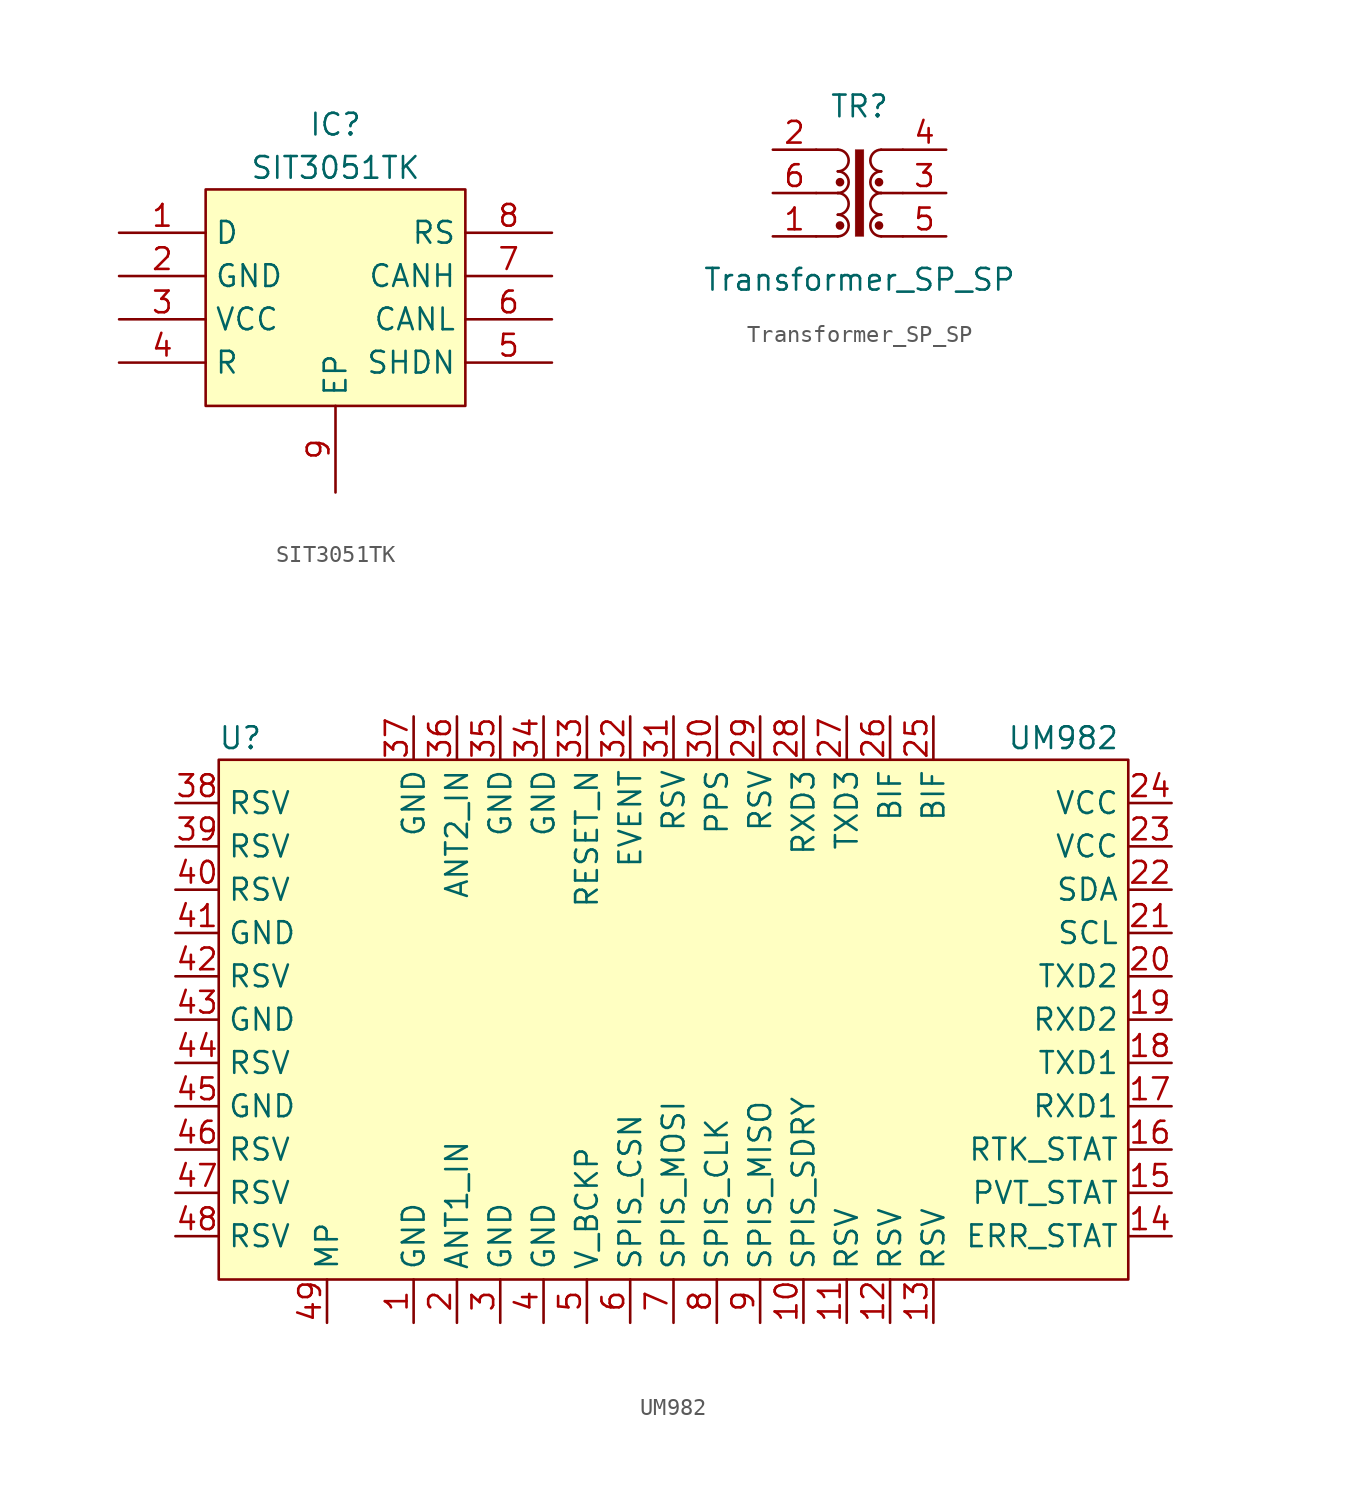
<source format=kicad_sym>
(kicad_symbol_lib
  (version 20220914)
  (generator kicad_symbol_editor)
  (symbol "SIT3051TK"
    (property "Reference" "IC"
      (at 0 10.16 0)
      (effects (font (size 1.27 1.27))))
    (property "Value" "SIT3051TK"
      (at 0 7.62 0)
      (effects (font (size 1.27 1.27))))
    (symbol "SIT3051TK_1_1"
      (rectangle (start -7.62 6.35) (end 7.62 -6.35) (stroke (width 0) (type default)) (fill (type background)))
      (pin output line (at -12.7 3.81 0) (length 5.08) (name "D" (effects (font (size 1.27 1.27)))) (number "1" (effects (font (size 1.27 1.27)))))
      (pin power_in line (at -12.7 1.27 0) (length 5.08) (name "GND" (effects (font (size 1.27 1.27)))) (number "2" (effects (font (size 1.27 1.27)))))
      (pin power_in line (at -12.7 -1.27 0) (length 5.08) (name "VCC" (effects (font (size 1.27 1.27)))) (number "3" (effects (font (size 1.27 1.27)))))
      (pin input line (at -12.7 -3.81 0) (length 5.08) (name "R" (effects (font (size 1.27 1.27)))) (number "4" (effects (font (size 1.27 1.27)))))
      (pin input line (at 12.7 -3.81 180) (length 5.08) (name "SHDN" (effects (font (size 1.27 1.27)))) (number "5" (effects (font (size 1.27 1.27)))))
      (pin bidirectional line (at 12.7 -1.27 180) (length 5.08) (name "CANL" (effects (font (size 1.27 1.27)))) (number "6" (effects (font (size 1.27 1.27)))))
      (pin bidirectional line (at 12.7 1.27 180) (length 5.08) (name "CANH" (effects (font (size 1.27 1.27)))) (number "7" (effects (font (size 1.27 1.27)))))
      (pin input line (at 12.7 3.81 180) (length 5.08) (name "RS" (effects (font (size 1.27 1.27)))) (number "8" (effects (font (size 1.27 1.27)))))
      (pin power_in line (at 0 -11.43 90) (length 5.08) (name "EP" (effects (font (size 1.27 1.27)))) (number "9" (effects (font (size 1.27 1.27)))))))
  (symbol "Transformer_SP_SP"
    (property "Reference" "TR"
      (at 0 5.08 0)
      (effects (font (size 1.27 1.27))))
    (property "Value" "Transformer_SP_SP"
      (at 0 -5.08 0)
      (effects (font (size 1.27 1.27))))
    (symbol "Transformer_SP_SP_0_1"
      (polyline (pts (xy -1.27 -2.54) (xy -2.54 -2.54)) (stroke (width 0) (type default)) (fill (type none)))
      (polyline (pts (xy -1.27 0) (xy -2.54 0)) (stroke (width 0) (type default)) (fill (type none)))
      (polyline (pts (xy -1.27 2.54) (xy -2.54 2.54)) (stroke (width 0) (type default)) (fill (type none)))
      (polyline (pts (xy 2.54 -2.54) (xy 1.27 -2.54)) (stroke (width 0) (type default)) (fill (type none)))
      (polyline (pts (xy 2.54 0) (xy 1.27 0)) (stroke (width 0) (type default)) (fill (type none)))
      (polyline (pts (xy 2.54 2.54) (xy 1.27 2.54)) (stroke (width 0) (type default)) (fill (type none)))
      (rectangle (start 0.254 -2.54) (end -0.254 2.54) (stroke (width 0.025) (type default)) (fill (type outline)))
      (arc (start 1.27 1.27) (mid 0.6377 0.635) (end 1.27 0) (stroke (width 0) (type default)) (fill (type none)))
      (arc (start 1.27 2.54) (mid 0.6377 1.905) (end 1.27 1.27) (stroke (width 0) (type default)) (fill (type none))))
    (symbol "Transformer_SP_SP_1_1"
      (arc (start -1.27 -2.54) (mid -0.6377 -1.905) (end -1.27 -1.27) (stroke (width 0) (type default)) (fill (type none)))
      (arc (start -1.27 -1.27) (mid -0.6377 -0.635) (end -1.27 0) (stroke (width 0) (type default)) (fill (type none)))
      (arc (start -1.27 0) (mid -0.6377 0.635) (end -1.27 1.27) (stroke (width 0) (type default)) (fill (type none)))
      (arc (start -1.27 1.27) (mid -0.6377 1.905) (end -1.27 2.54) (stroke (width 0) (type default)) (fill (type none)))
      (circle (center -1.143 -1.905) (radius 0.127) (stroke (width 0.254) (type default)) (fill (type none)))
      (circle (center -1.143 0.635) (radius 0.127) (stroke (width 0.254) (type default)) (fill (type none)))
      (circle (center 1.143 -1.905) (radius 0.127) (stroke (width 0.254) (type default)) (fill (type none)))
      (circle (center 1.143 0.635) (radius 0.127) (stroke (width 0.254) (type default)) (fill (type none)))
      (arc (start 1.27 -1.27) (mid 0.6377 -1.905) (end 1.27 -2.54) (stroke (width 0) (type default)) (fill (type none)))
      (arc (start 1.27 0) (mid 0.6377 -0.635) (end 1.27 -1.27) (stroke (width 0) (type default)) (fill (type none)))
      (pin passive line (at -5.08 -2.54 0) (length 2.54) (name "~" (effects (font (size 1.27 1.27)))) (number "1" (effects (font (size 1.27 1.27)))))
      (pin passive line (at -5.08 2.54 0) (length 2.54) (name "~" (effects (font (size 1.27 1.27)))) (number "2" (effects (font (size 1.27 1.27)))))
      (pin passive line (at 5.08 0 180) (length 2.54) (name "~" (effects (font (size 1.27 1.27)))) (number "3" (effects (font (size 1.27 1.27)))))
      (pin passive line (at 5.08 2.54 180) (length 2.54) (name "~" (effects (font (size 1.27 1.27)))) (number "4" (effects (font (size 1.27 1.27)))))
      (pin passive line (at 5.08 -2.54 180) (length 2.54) (name "~" (effects (font (size 1.27 1.27)))) (number "5" (effects (font (size 1.27 1.27)))))
      (pin passive line (at -5.08 0 0) (length 2.54) (name "~" (effects (font (size 1.27 1.27)))) (number "6" (effects (font (size 1.27 1.27)))))))
  (symbol "UM982"
    (property "Reference" "U"
      (at -25.4 16.51 0)
      (effects (font (size 1.27 1.27))))
    (property "Value" "UM982"
      (at 22.86 16.51 0)
      (effects (font (size 1.27 1.27))))
    (symbol "UM982_0_1"
      (rectangle (start -26.67 15.24) (end 26.67 -15.24) (stroke (width 0) (type default)) (fill (type background))))
    (symbol "UM982_1_0"
      (pin power_in line (at -20.32 -17.78 90) (length 2.54) (name "MP" (effects (font (size 1.27 1.27)))) (number "49" (effects (font (size 1.27 1.27))))))
    (symbol "UM982_1_1"
      (pin power_in line (at -15.24 -17.78 90) (length 2.54) (name "GND" (effects (font (size 1.27 1.27)))) (number "1" (effects (font (size 1.27 1.27)))))
      (pin output line (at 7.62 -17.78 90) (length 2.54) (name "SPIS_SDRY" (effects (font (size 1.27 1.27)))) (number "10" (effects (font (size 1.27 1.27)))))
      (pin passive line (at 10.16 -17.78 90) (length 2.54) (name "RSV" (effects (font (size 1.27 1.27)))) (number "11" (effects (font (size 1.27 1.27)))))
      (pin passive line (at 12.7 -17.78 90) (length 2.54) (name "RSV" (effects (font (size 1.27 1.27)))) (number "12" (effects (font (size 1.27 1.27)))))
      (pin passive line (at 15.24 -17.78 90) (length 2.54) (name "RSV" (effects (font (size 1.27 1.27)))) (number "13" (effects (font (size 1.27 1.27)))))
      (pin output line (at 29.21 -12.7 180) (length 2.54) (name "ERR_STAT" (effects (font (size 1.27 1.27)))) (number "14" (effects (font (size 1.27 1.27)))))
      (pin output line (at 29.21 -10.16 180) (length 2.54) (name "PVT_STAT" (effects (font (size 1.27 1.27)))) (number "15" (effects (font (size 1.27 1.27)))))
      (pin output line (at 29.21 -7.62 180) (length 2.54) (name "RTK_STAT" (effects (font (size 1.27 1.27)))) (number "16" (effects (font (size 1.27 1.27)))))
      (pin input line (at 29.21 -5.08 180) (length 2.54) (name "RXD1" (effects (font (size 1.27 1.27)))) (number "17" (effects (font (size 1.27 1.27)))))
      (pin output line (at 29.21 -2.54 180) (length 2.54) (name "TXD1" (effects (font (size 1.27 1.27)))) (number "18" (effects (font (size 1.27 1.27)))))
      (pin input line (at 29.21 0 180) (length 2.54) (name "RXD2" (effects (font (size 1.27 1.27)))) (number "19" (effects (font (size 1.27 1.27)))))
      (pin bidirectional line (at -12.7 -17.78 90) (length 2.54) (name "ANT1_IN" (effects (font (size 1.27 1.27)))) (number "2" (effects (font (size 1.27 1.27)))))
      (pin output line (at 29.21 2.54 180) (length 2.54) (name "TXD2" (effects (font (size 1.27 1.27)))) (number "20" (effects (font (size 1.27 1.27)))))
      (pin input line (at 29.21 5.08 180) (length 2.54) (name "SCL" (effects (font (size 1.27 1.27)))) (number "21" (effects (font (size 1.27 1.27)))))
      (pin bidirectional line (at 29.21 7.62 180) (length 2.54) (name "SDA" (effects (font (size 1.27 1.27)))) (number "22" (effects (font (size 1.27 1.27)))))
      (pin input line (at 29.21 10.16 180) (length 2.54) (name "VCC" (effects (font (size 1.27 1.27)))) (number "23" (effects (font (size 1.27 1.27)))))
      (pin input line (at 29.21 12.7 180) (length 2.54) (name "VCC" (effects (font (size 1.27 1.27)))) (number "24" (effects (font (size 1.27 1.27)))))
      (pin passive line (at 15.24 17.78 270) (length 2.54) (name "BIF" (effects (font (size 1.27 1.27)))) (number "25" (effects (font (size 1.27 1.27)))))
      (pin passive line (at 12.7 17.78 270) (length 2.54) (name "BIF" (effects (font (size 1.27 1.27)))) (number "26" (effects (font (size 1.27 1.27)))))
      (pin output line (at 10.16 17.78 270) (length 2.54) (name "TXD3" (effects (font (size 1.27 1.27)))) (number "27" (effects (font (size 1.27 1.27)))))
      (pin input line (at 7.62 17.78 270) (length 2.54) (name "RXD3" (effects (font (size 1.27 1.27)))) (number "28" (effects (font (size 1.27 1.27)))))
      (pin passive line (at 5.08 17.78 270) (length 2.54) (name "RSV" (effects (font (size 1.27 1.27)))) (number "29" (effects (font (size 1.27 1.27)))))
      (pin power_in line (at -10.16 -17.78 90) (length 2.54) (name "GND" (effects (font (size 1.27 1.27)))) (number "3" (effects (font (size 1.27 1.27)))))
      (pin output line (at 2.54 17.78 270) (length 2.54) (name "PPS" (effects (font (size 1.27 1.27)))) (number "30" (effects (font (size 1.27 1.27)))))
      (pin passive line (at 0 17.78 270) (length 2.54) (name "RSV" (effects (font (size 1.27 1.27)))) (number "31" (effects (font (size 1.27 1.27)))))
      (pin input line (at -2.54 17.78 270) (length 2.54) (name "EVENT" (effects (font (size 1.27 1.27)))) (number "32" (effects (font (size 1.27 1.27)))))
      (pin input line (at -5.08 17.78 270) (length 2.54) (name "RESET_N" (effects (font (size 1.27 1.27)))) (number "33" (effects (font (size 1.27 1.27)))))
      (pin power_in line (at -7.62 17.78 270) (length 2.54) (name "GND" (effects (font (size 1.27 1.27)))) (number "34" (effects (font (size 1.27 1.27)))))
      (pin power_in line (at -10.16 17.78 270) (length 2.54) (name "GND" (effects (font (size 1.27 1.27)))) (number "35" (effects (font (size 1.27 1.27)))))
      (pin bidirectional line (at -12.7 17.78 270) (length 2.54) (name "ANT2_IN" (effects (font (size 1.27 1.27)))) (number "36" (effects (font (size 1.27 1.27)))))
      (pin power_in line (at -15.24 17.78 270) (length 2.54) (name "GND" (effects (font (size 1.27 1.27)))) (number "37" (effects (font (size 1.27 1.27)))))
      (pin passive line (at -29.21 12.7 0) (length 2.54) (name "RSV" (effects (font (size 1.27 1.27)))) (number "38" (effects (font (size 1.27 1.27)))))
      (pin passive line (at -29.21 10.16 0) (length 2.54) (name "RSV" (effects (font (size 1.27 1.27)))) (number "39" (effects (font (size 1.27 1.27)))))
      (pin power_in line (at -7.62 -17.78 90) (length 2.54) (name "GND" (effects (font (size 1.27 1.27)))) (number "4" (effects (font (size 1.27 1.27)))))
      (pin passive line (at -29.21 7.62 0) (length 2.54) (name "RSV" (effects (font (size 1.27 1.27)))) (number "40" (effects (font (size 1.27 1.27)))))
      (pin power_in line (at -29.21 5.08 0) (length 2.54) (name "GND" (effects (font (size 1.27 1.27)))) (number "41" (effects (font (size 1.27 1.27)))))
      (pin passive line (at -29.21 2.54 0) (length 2.54) (name "RSV" (effects (font (size 1.27 1.27)))) (number "42" (effects (font (size 1.27 1.27)))))
      (pin power_in line (at -29.21 0 0) (length 2.54) (name "GND" (effects (font (size 1.27 1.27)))) (number "43" (effects (font (size 1.27 1.27)))))
      (pin passive line (at -29.21 -2.54 0) (length 2.54) (name "RSV" (effects (font (size 1.27 1.27)))) (number "44" (effects (font (size 1.27 1.27)))))
      (pin power_in line (at -29.21 -5.08 0) (length 2.54) (name "GND" (effects (font (size 1.27 1.27)))) (number "45" (effects (font (size 1.27 1.27)))))
      (pin passive line (at -29.21 -7.62 0) (length 2.54) (name "RSV" (effects (font (size 1.27 1.27)))) (number "46" (effects (font (size 1.27 1.27)))))
      (pin passive line (at -29.21 -10.16 0) (length 2.54) (name "RSV" (effects (font (size 1.27 1.27)))) (number "47" (effects (font (size 1.27 1.27)))))
      (pin passive line (at -29.21 -12.7 0) (length 2.54) (name "RSV" (effects (font (size 1.27 1.27)))) (number "48" (effects (font (size 1.27 1.27)))))
      (pin power_in line (at -5.08 -17.78 90) (length 2.54) (name "V_BCKP" (effects (font (size 1.27 1.27)))) (number "5" (effects (font (size 1.27 1.27)))))
      (pin input line (at -2.54 -17.78 90) (length 2.54) (name "SPIS_CSN" (effects (font (size 1.27 1.27)))) (number "6" (effects (font (size 1.27 1.27)))))
      (pin input line (at 0 -17.78 90) (length 2.54) (name "SPIS_MOSI" (effects (font (size 1.27 1.27)))) (number "7" (effects (font (size 1.27 1.27)))))
      (pin input line (at 2.54 -17.78 90) (length 2.54) (name "SPIS_CLK" (effects (font (size 1.27 1.27)))) (number "8" (effects (font (size 1.27 1.27)))))
      (pin output line (at 5.08 -17.78 90) (length 2.54) (name "SPIS_MISO" (effects (font (size 1.27 1.27)))) (number "9" (effects (font (size 1.27 1.27))))))))
</source>
